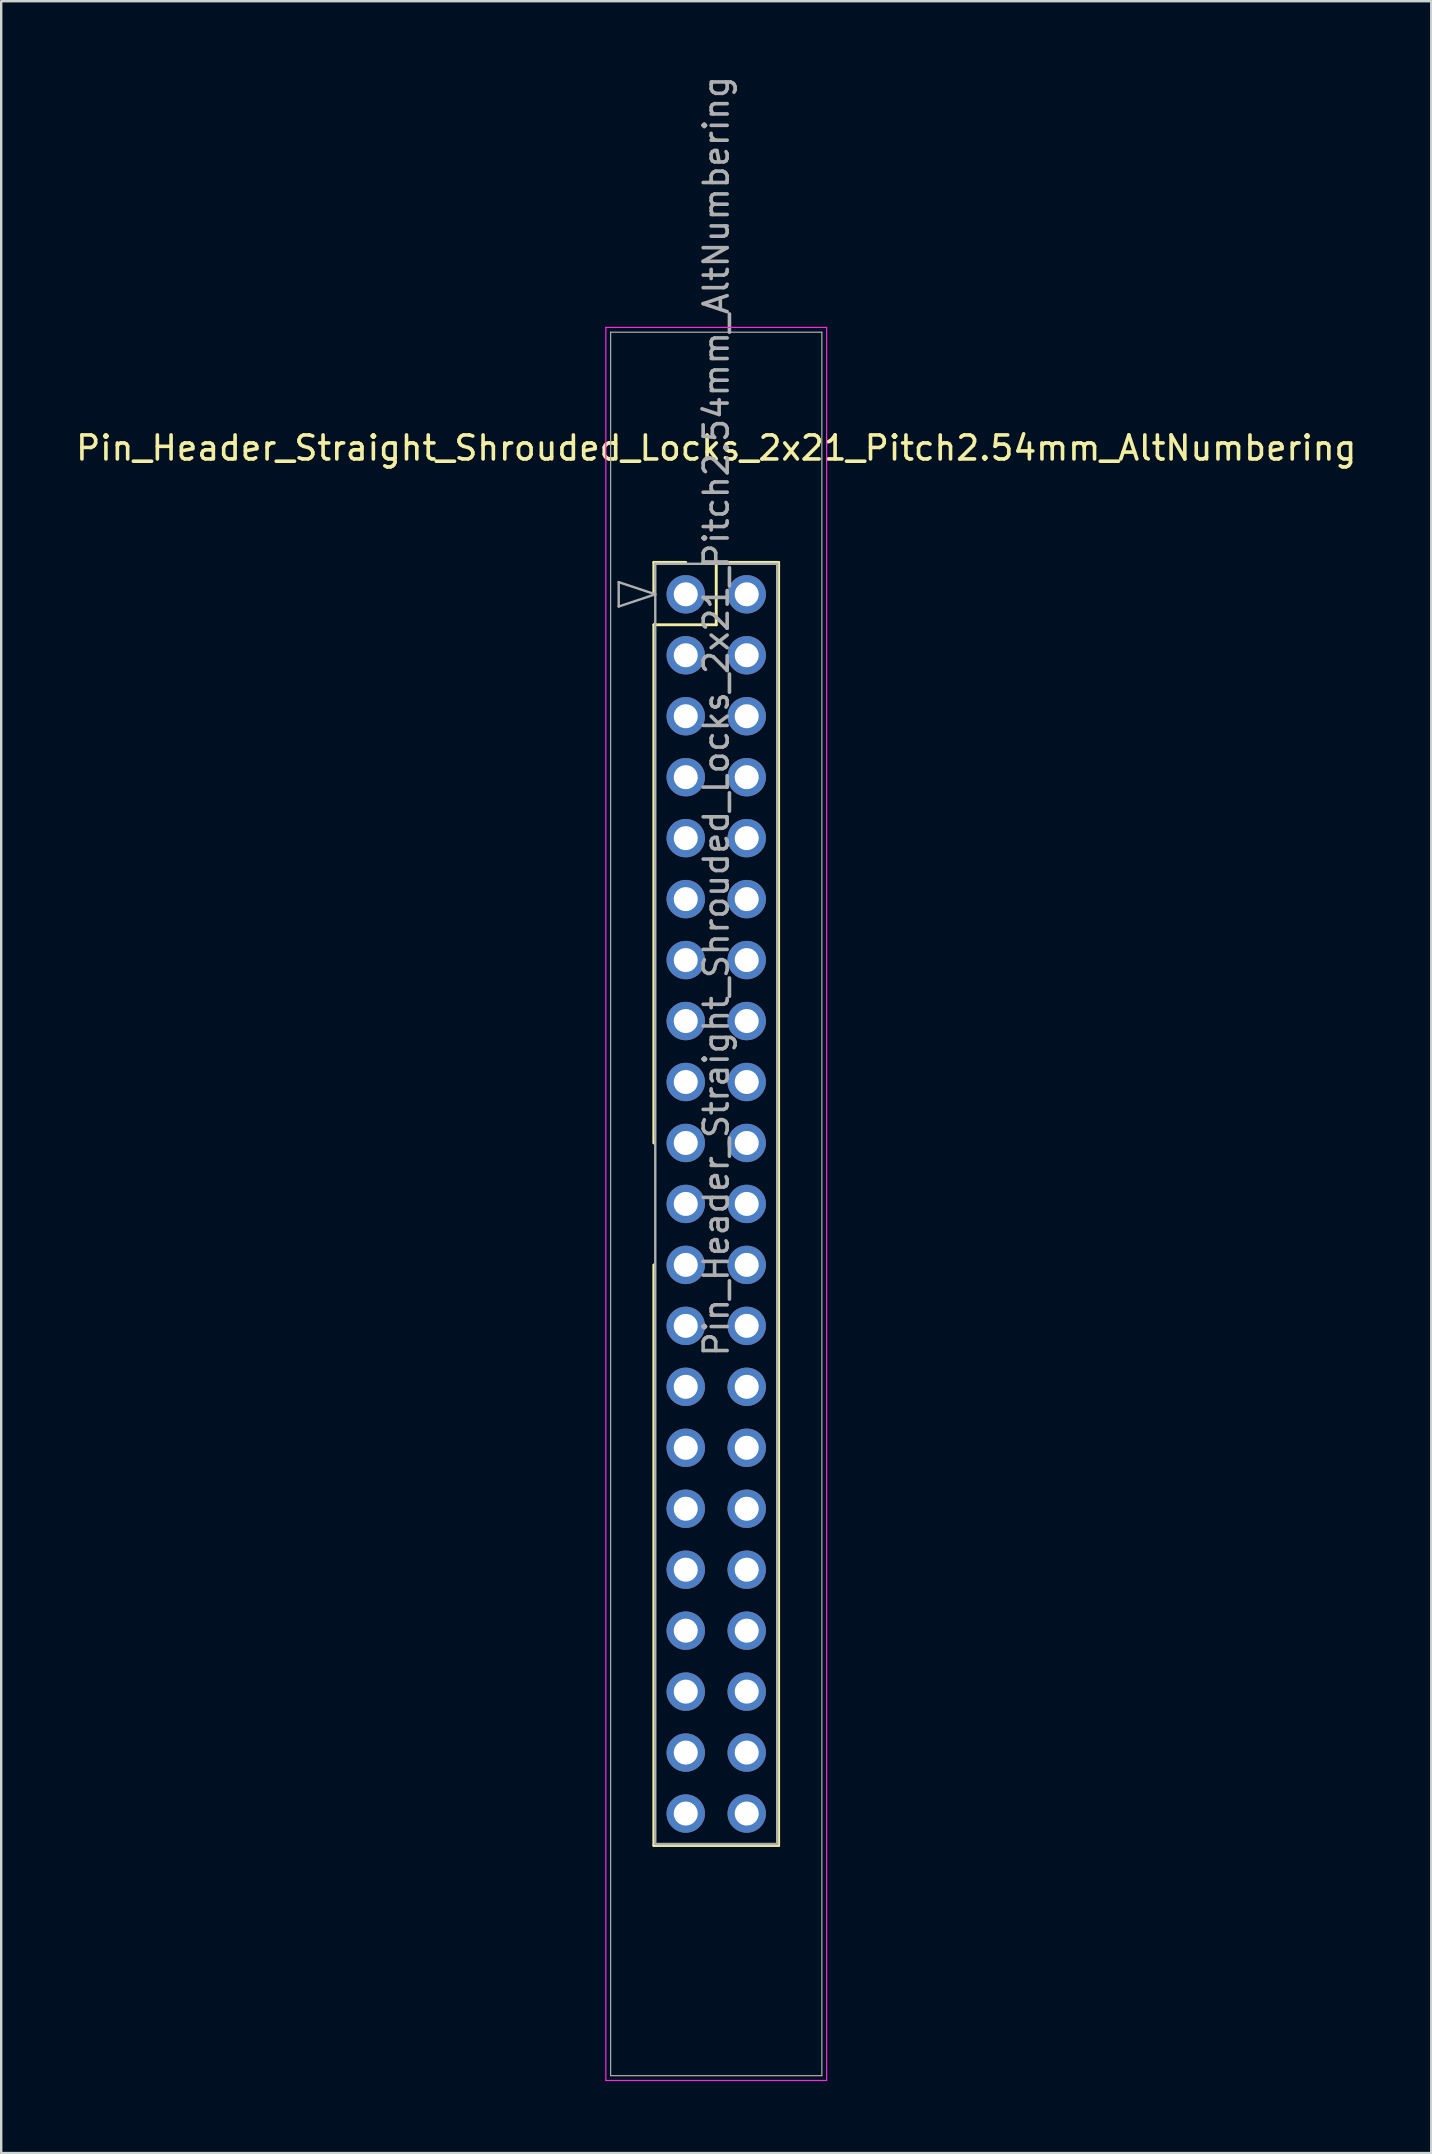
<source format=kicad_pcb>
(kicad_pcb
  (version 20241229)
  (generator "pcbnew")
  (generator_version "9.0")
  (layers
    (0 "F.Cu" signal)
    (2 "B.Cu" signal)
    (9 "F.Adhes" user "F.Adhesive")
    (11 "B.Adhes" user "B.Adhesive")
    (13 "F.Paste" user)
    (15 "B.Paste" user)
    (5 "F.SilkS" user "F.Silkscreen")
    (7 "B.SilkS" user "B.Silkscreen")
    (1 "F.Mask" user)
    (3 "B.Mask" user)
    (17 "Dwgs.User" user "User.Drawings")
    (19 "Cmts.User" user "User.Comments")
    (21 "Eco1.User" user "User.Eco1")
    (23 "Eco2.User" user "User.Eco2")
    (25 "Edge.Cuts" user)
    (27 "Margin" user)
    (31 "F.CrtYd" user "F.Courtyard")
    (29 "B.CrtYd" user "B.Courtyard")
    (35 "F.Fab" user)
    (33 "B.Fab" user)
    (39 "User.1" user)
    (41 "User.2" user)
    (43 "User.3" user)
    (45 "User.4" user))
  (footprint "Pin_Header_Straight_Shrouded_Locks_2x21_Pitch2.54mm_AltNumbering"
    (layer "F.Cu")
    (at 25.522 21.712)
    (property "Reference" "Pin_Header_Straight_Shrouded_Locks_2x21_Pitch2.54mm_AltNumbering" (at 1.27 -6.096 0) (layer "F.SilkS") (effects (font (size 1 1) (thickness 0.15))))
    (attr through_hole)
    (fp_line (start -1.33 -1.33) (end 0 -1.33) (stroke (width 0.12) (type solid)) (layer "F.SilkS"))
    (fp_line (start -1.33 0) (end -1.33 -1.33) (stroke (width 0.12) (type solid)) (layer "F.SilkS"))
    (fp_line (start -1.33 1.27) (end -1.33 22.86) (stroke (width 0.12) (type solid)) (layer "F.SilkS"))
    (fp_line (start -1.33 1.27) (end 1.27 1.27) (stroke (width 0.12) (type solid)) (layer "F.SilkS"))
    (fp_line (start -1.33 27.94) (end -1.33 52.13) (stroke (width 0.12) (type solid)) (layer "F.SilkS"))
    (fp_line (start -1.33 52.13) (end 3.87 52.13) (stroke (width 0.12) (type solid)) (layer "F.SilkS"))
    (fp_line (start 1.27 -1.33) (end 3.87 -1.33) (stroke (width 0.12) (type solid)) (layer "F.SilkS"))
    (fp_line (start 1.27 1.27) (end 1.27 -1.33) (stroke (width 0.12) (type solid)) (layer "F.SilkS"))
    (fp_line (start 3.87 -1.33) (end 3.87 52.13) (stroke (width 0.12) (type solid)) (layer "F.SilkS"))
    (fp_line (start -3.33 -11.12) (end -3.33 61.92) (stroke (width 0.05) (type solid)) (layer "F.CrtYd"))
    (fp_line (start -3.33 61.92) (end 5.87 61.92) (stroke (width 0.05) (type solid)) (layer "F.CrtYd"))
    (fp_line (start 5.87 -11.12) (end -3.33 -11.12) (stroke (width 0.05) (type solid)) (layer "F.CrtYd"))
    (fp_line (start 5.87 61.92) (end 5.87 -11.12) (stroke (width 0.05) (type solid)) (layer "F.CrtYd"))
    (fp_line (start -3.13 -10.92) (end -3.13 61.72) (stroke (width 0.05) (type solid)) (layer "F.Fab"))
    (fp_line (start -3.13 61.72) (end 5.67 61.72) (stroke (width 0.05) (type solid)) (layer "F.Fab"))
    (fp_line (start -2.794 -0.508) (end -1.27 0) (stroke (width 0.1) (type solid)) (layer "F.Fab"))
    (fp_line (start -2.794 0.508) (end -2.794 -0.508) (stroke (width 0.1) (type solid)) (layer "F.Fab"))
    (fp_line (start -1.27 -1.27) (end -1.27 52.07) (stroke (width 0.1) (type solid)) (layer "F.Fab"))
    (fp_line (start -1.27 0) (end -2.794 0.508) (stroke (width 0.1) (type solid)) (layer "F.Fab"))
    (fp_line (start -1.27 52.07) (end 3.81 52.07) (stroke (width 0.1) (type solid)) (layer "F.Fab"))
    (fp_line (start 3.81 -1.27) (end -1.27 -1.27) (stroke (width 0.1) (type solid)) (layer "F.Fab"))
    (fp_line (start 3.81 52.07) (end 3.81 -1.27) (stroke (width 0.1) (type solid)) (layer "F.Fab"))
    (fp_line (start 5.67 -10.92) (end -3.13 -10.92) (stroke (width 0.05) (type solid)) (layer "F.Fab"))
    (fp_line (start 5.67 61.72) (end 5.67 -10.92) (stroke (width 0.05) (type solid)) (layer "F.Fab"))
    (fp_text user "${REFERENCE}" (at 1.27 5.08 90) (layer "F.Fab") (effects (font (size 1 1) (thickness 0.15))))
    (pad "1" thru_hole oval (at 0 0) (size 1.6 1.6) (drill 1) (layers "*.Cu" "*.Mask"))
    (pad "2" thru_hole oval (at 0 2.54) (size 1.6 1.6) (drill 1) (layers "*.Cu" "*.Mask"))
    (pad "3" thru_hole oval (at 0 5.08) (size 1.6 1.6) (drill 1) (layers "*.Cu" "*.Mask"))
    (pad "4" thru_hole oval (at 0 7.62) (size 1.6 1.6) (drill 1) (layers "*.Cu" "*.Mask"))
    (pad "5" thru_hole oval (at 0 10.16) (size 1.6 1.6) (drill 1) (layers "*.Cu" "*.Mask"))
    (pad "6" thru_hole oval (at 0 12.7) (size 1.6 1.6) (drill 1) (layers "*.Cu" "*.Mask"))
    (pad "7" thru_hole oval (at 0 15.24) (size 1.6 1.6) (drill 1) (layers "*.Cu" "*.Mask"))
    (pad "8" thru_hole oval (at 0 17.78) (size 1.6 1.6) (drill 1) (layers "*.Cu" "*.Mask"))
    (pad "9" thru_hole oval (at 0 20.32) (size 1.6 1.6) (drill 1) (layers "*.Cu" "*.Mask"))
    (pad "10" thru_hole oval (at 0 22.86) (size 1.6 1.6) (drill 1) (layers "*.Cu" "*.Mask"))
    (pad "11" thru_hole oval (at 0 25.4) (size 1.6 1.6) (drill 1) (layers "*.Cu" "*.Mask"))
    (pad "12" thru_hole oval (at 0 27.94) (size 1.6 1.6) (drill 1) (layers "*.Cu" "*.Mask"))
    (pad "13" thru_hole oval (at 0 30.48) (size 1.6 1.6) (drill 1) (layers "*.Cu" "*.Mask"))
    (pad "14" thru_hole oval (at 0 33.02) (size 1.6 1.6) (drill 1) (layers "*.Cu" "*.Mask"))
    (pad "15" thru_hole oval (at 0 35.56) (size 1.6 1.6) (drill 1) (layers "*.Cu" "*.Mask"))
    (pad "16" thru_hole oval (at 0 38.1) (size 1.6 1.6) (drill 1) (layers "*.Cu" "*.Mask"))
    (pad "17" thru_hole oval (at 0 40.64) (size 1.6 1.6) (drill 1) (layers "*.Cu" "*.Mask"))
    (pad "18" thru_hole oval (at 0 43.18) (size 1.6 1.6) (drill 1) (layers "*.Cu" "*.Mask"))
    (pad "19" thru_hole oval (at 0 45.72) (size 1.6 1.6) (drill 1) (layers "*.Cu" "*.Mask"))
    (pad "20" thru_hole oval (at 0 48.26) (size 1.6 1.6) (drill 1) (layers "*.Cu" "*.Mask"))
    (pad "21" thru_hole oval (at 0 50.8) (size 1.6 1.6) (drill 1) (layers "*.Cu" "*.Mask"))
    (pad "22" thru_hole oval (at 2.54 0) (size 1.6 1.6) (drill 1) (layers "*.Cu" "*.Mask"))
    (pad "23" thru_hole oval (at 2.54 2.54) (size 1.6 1.6) (drill 1) (layers "*.Cu" "*.Mask"))
    (pad "24" thru_hole oval (at 2.54 5.08) (size 1.6 1.6) (drill 1) (layers "*.Cu" "*.Mask"))
    (pad "25" thru_hole oval (at 2.54 7.62) (size 1.6 1.6) (drill 1) (layers "*.Cu" "*.Mask"))
    (pad "26" thru_hole oval (at 2.54 10.16) (size 1.6 1.6) (drill 1) (layers "*.Cu" "*.Mask"))
    (pad "27" thru_hole oval (at 2.54 12.7) (size 1.6 1.6) (drill 1) (layers "*.Cu" "*.Mask"))
    (pad "28" thru_hole oval (at 2.54 15.24) (size 1.6 1.6) (drill 1) (layers "*.Cu" "*.Mask"))
    (pad "29" thru_hole oval (at 2.54 17.78) (size 1.6 1.6) (drill 1) (layers "*.Cu" "*.Mask"))
    (pad "30" thru_hole oval (at 2.54 20.32) (size 1.6 1.6) (drill 1) (layers "*.Cu" "*.Mask"))
    (pad "31" thru_hole oval (at 2.54 22.86) (size 1.6 1.6) (drill 1) (layers "*.Cu" "*.Mask"))
    (pad "32" thru_hole oval (at 2.54 25.4) (size 1.6 1.6) (drill 1) (layers "*.Cu" "*.Mask"))
    (pad "33" thru_hole oval (at 2.54 27.94) (size 1.6 1.6) (drill 1) (layers "*.Cu" "*.Mask"))
    (pad "34" thru_hole oval (at 2.54 30.48) (size 1.6 1.6) (drill 1) (layers "*.Cu" "*.Mask"))
    (pad "35" thru_hole oval (at 2.54 33.02) (size 1.6 1.6) (drill 1) (layers "*.Cu" "*.Mask"))
    (pad "36" thru_hole oval (at 2.54 35.56) (size 1.6 1.6) (drill 1) (layers "*.Cu" "*.Mask"))
    (pad "37" thru_hole oval (at 2.54 38.1) (size 1.6 1.6) (drill 1) (layers "*.Cu" "*.Mask"))
    (pad "38" thru_hole oval (at 2.54 40.64) (size 1.6 1.6) (drill 1) (layers "*.Cu" "*.Mask"))
    (pad "39" thru_hole oval (at 2.54 43.18) (size 1.6 1.6) (drill 1) (layers "*.Cu" "*.Mask"))
    (pad "40" thru_hole oval (at 2.54 45.72) (size 1.6 1.6) (drill 1) (layers "*.Cu" "*.Mask"))
    (pad "41" thru_hole oval (at 2.54 48.26) (size 1.6 1.6) (drill 1) (layers "*.Cu" "*.Mask"))
    (pad "42" thru_hole oval (at 2.54 50.8) (size 1.6 1.6) (drill 1) (layers "*.Cu" "*.Mask")))
  (gr_rect
    (start -3 -3)
    (end 56.583 86.657)
    (stroke (width 0.1) (type default))
    (fill no)
    (layer "Edge.Cuts")))
</source>
